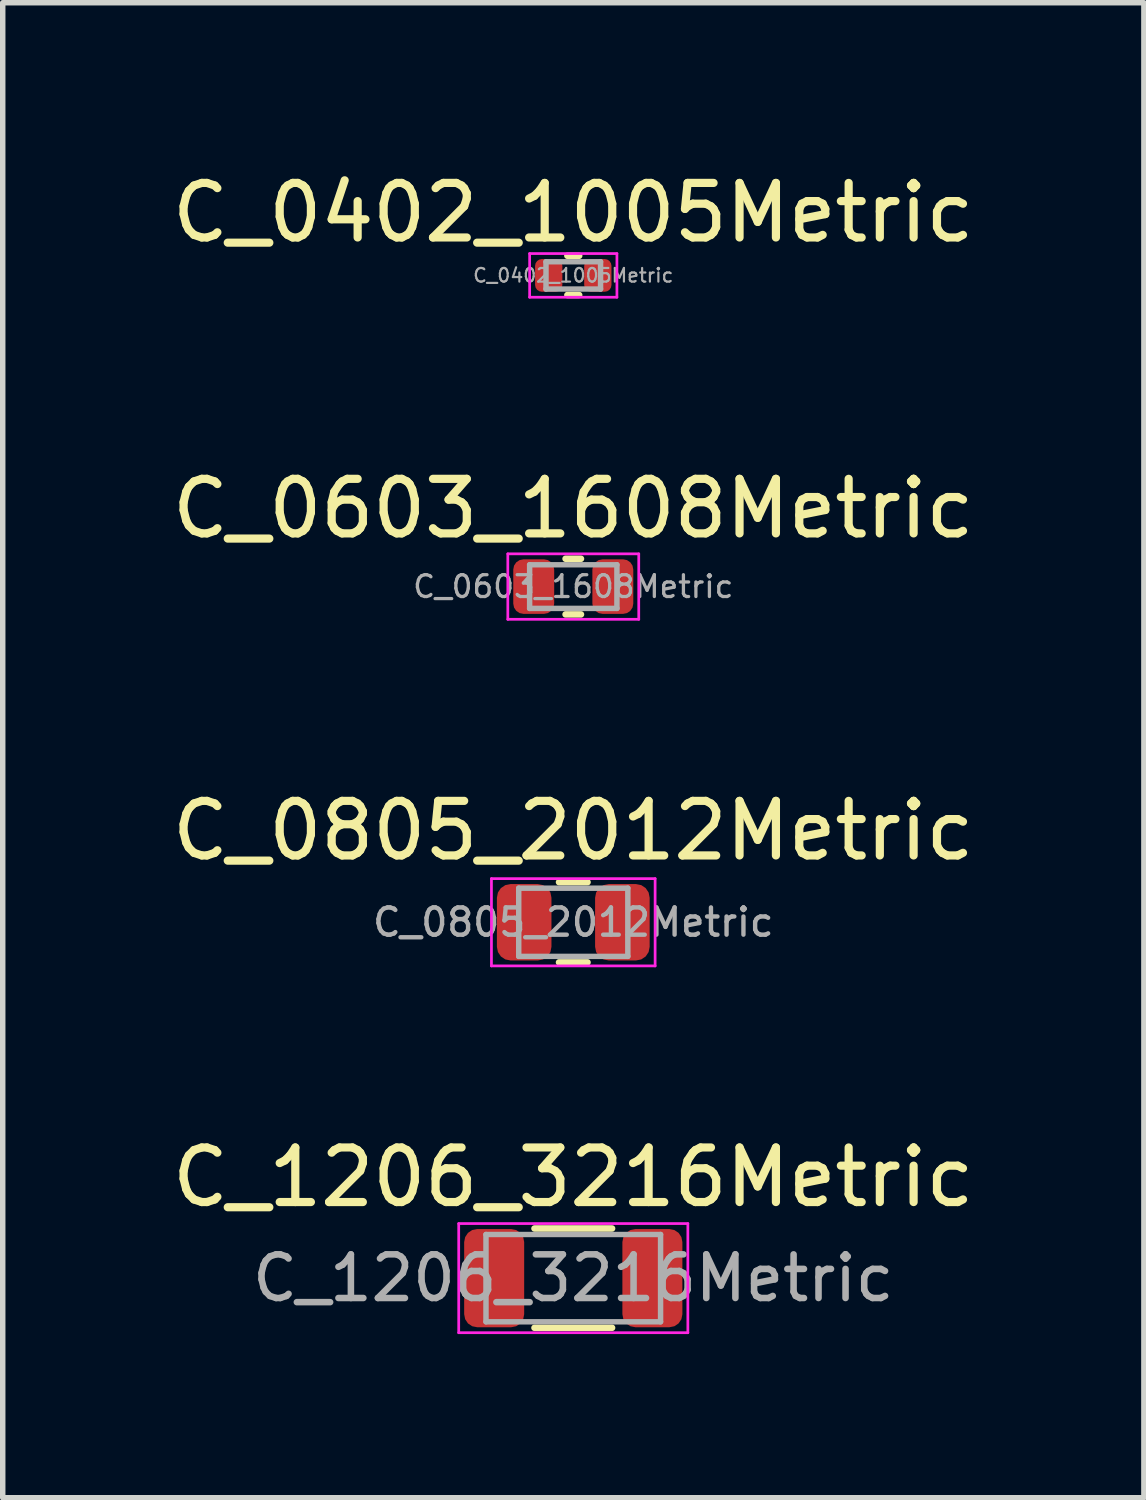
<source format=kicad_pcb>
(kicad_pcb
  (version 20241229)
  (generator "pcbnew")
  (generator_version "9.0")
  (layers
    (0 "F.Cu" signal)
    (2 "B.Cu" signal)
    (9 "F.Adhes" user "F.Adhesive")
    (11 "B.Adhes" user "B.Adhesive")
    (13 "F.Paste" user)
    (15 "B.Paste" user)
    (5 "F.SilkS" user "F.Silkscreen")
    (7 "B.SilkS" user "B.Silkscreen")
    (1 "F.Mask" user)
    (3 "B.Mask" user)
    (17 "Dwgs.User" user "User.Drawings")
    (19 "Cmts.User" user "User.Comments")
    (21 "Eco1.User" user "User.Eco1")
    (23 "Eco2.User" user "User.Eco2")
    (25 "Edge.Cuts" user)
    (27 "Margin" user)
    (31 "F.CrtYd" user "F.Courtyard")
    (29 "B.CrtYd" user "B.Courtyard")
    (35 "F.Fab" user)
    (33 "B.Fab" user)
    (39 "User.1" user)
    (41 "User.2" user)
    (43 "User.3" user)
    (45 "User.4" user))
  (footprint "C_0603_1608Metric"
    (layer "F.Cu")
    (at 7.458 7.702)
    (property "Reference" "C_0603_1608Metric" (at 0 -1.43 0) (layer "F.SilkS") (effects (font (size 1 1) (thickness 0.15))))
    (attr smd)
    (fp_line (start -0.141 -0.51) (end 0.141 -0.51) (stroke (width 0.12) (type solid)) (layer "F.SilkS"))
    (fp_line (start -0.141 0.51) (end 0.141 0.51) (stroke (width 0.12) (type solid)) (layer "F.SilkS"))
    (fp_line (start -1.2 0.6) (end -1.2 -0.6) (stroke (width 0.05) (type solid)) (layer "F.CrtYd"))
    (fp_line (start 1.2 -0.6) (end -1.2 -0.6) (stroke (width 0.05) (type default)) (layer "F.CrtYd"))
    (fp_line (start 1.2 0.6) (end -1.2 0.6) (stroke (width 0.05) (type default)) (layer "F.CrtYd"))
    (fp_line (start 1.2 0.6) (end 1.2 -0.6) (stroke (width 0.05) (type solid)) (layer "F.CrtYd"))
    (fp_line (start -0.8 -0.4) (end 0.8 -0.4) (stroke (width 0.1) (type solid)) (layer "F.Fab"))
    (fp_line (start -0.8 0.4) (end -0.8 -0.4) (stroke (width 0.1) (type solid)) (layer "F.Fab"))
    (fp_line (start 0.8 -0.4) (end 0.8 0.4) (stroke (width 0.1) (type solid)) (layer "F.Fab"))
    (fp_line (start 0.8 0.4) (end -0.8 0.4) (stroke (width 0.1) (type solid)) (layer "F.Fab"))
    (fp_text user "${REFERENCE}" (at 0 0 0) (layer "F.Fab") (effects (font (size 0.4 0.4) (thickness 0.06))))
    (pad "1" smd roundrect (at -0.725 0) (size 0.75 1) (layers "F.Cu" "F.Mask" "F.Paste") (roundrect_rratio 0.25))
    (pad "2" smd roundrect (at 0.725 0) (size 0.75 1) (layers "F.Cu" "F.Mask" "F.Paste") (roundrect_rratio 0.25)))
  (footprint "C_0402_1005Metric"
    (layer "F.Cu")
    (at 7.458 1.998)
    (property "Reference" "C_0402_1005Metric" (at 0 -1.15 0) (layer "F.SilkS") (effects (font (size 1 1) (thickness 0.15))))
    (attr smd)
    (fp_line (start -0.108 -0.36) (end 0.108 -0.36) (stroke (width 0.12) (type solid)) (layer "F.SilkS"))
    (fp_line (start -0.108 0.36) (end 0.108 0.36) (stroke (width 0.12) (type solid)) (layer "F.SilkS"))
    (fp_line (start -0.8 -0.4) (end 0.8 -0.4) (stroke (width 0.05) (type solid)) (layer "F.CrtYd"))
    (fp_line (start -0.8 0.4) (end -0.8 -0.4) (stroke (width 0.05) (type solid)) (layer "F.CrtYd"))
    (fp_line (start 0.8 0.4) (end -0.8 0.4) (stroke (width 0.05) (type solid)) (layer "F.CrtYd"))
    (fp_line (start 0.8 0.4) (end 0.8 -0.4) (stroke (width 0.05) (type solid)) (layer "F.CrtYd"))
    (fp_line (start -0.5 -0.25) (end 0.5 -0.25) (stroke (width 0.1) (type solid)) (layer "F.Fab"))
    (fp_line (start -0.5 0.25) (end -0.5 -0.25) (stroke (width 0.1) (type solid)) (layer "F.Fab"))
    (fp_line (start 0.5 -0.25) (end 0.5 0.25) (stroke (width 0.1) (type solid)) (layer "F.Fab"))
    (fp_line (start 0.5 0.25) (end -0.5 0.25) (stroke (width 0.1) (type solid)) (layer "F.Fab"))
    (fp_text user "${REFERENCE}" (at 0 0 0) (layer "F.Fab") (effects (font (size 0.25 0.25) (thickness 0.04))))
    (pad "1" smd roundrect (at -0.45 0) (size 0.5 0.6) (layers "F.Cu" "F.Mask" "F.Paste") (roundrect_rratio 0.25))
    (pad "2" smd roundrect (at 0.45 0) (size 0.5 0.6) (layers "F.Cu" "F.Mask" "F.Paste") (roundrect_rratio 0.25)))
  (footprint "C_1206_3216Metric"
    (layer "F.Cu")
    (at 7.458 20.378)
    (property "Reference" "C_1206_3216Metric" (at 0 -1.85 0) (layer "F.SilkS") (effects (font (size 1 1) (thickness 0.15))))
    (attr smd)
    (fp_line (start -0.711 -0.91) (end 0.711 -0.91) (stroke (width 0.12) (type solid)) (layer "F.SilkS"))
    (fp_line (start -0.711 0.91) (end 0.711 0.91) (stroke (width 0.12) (type solid)) (layer "F.SilkS"))
    (fp_line (start -2.1 -1) (end -2.1 1) (stroke (width 0.05) (type solid)) (layer "F.CrtYd"))
    (fp_line (start 2.1 -1) (end -2.1 -1) (stroke (width 0.05) (type solid)) (layer "F.CrtYd"))
    (fp_line (start 2.1 -1) (end 2.1 1) (stroke (width 0.05) (type solid)) (layer "F.CrtYd"))
    (fp_line (start 2.1 1) (end -2.1 1) (stroke (width 0.05) (type solid)) (layer "F.CrtYd"))
    (fp_line (start -1.6 -0.8) (end 1.6 -0.8) (stroke (width 0.1) (type solid)) (layer "F.Fab"))
    (fp_line (start -1.6 0.8) (end -1.6 -0.8) (stroke (width 0.1) (type solid)) (layer "F.Fab"))
    (fp_line (start 1.6 -0.8) (end 1.6 0.8) (stroke (width 0.1) (type solid)) (layer "F.Fab"))
    (fp_line (start 1.6 0.8) (end -1.6 0.8) (stroke (width 0.1) (type solid)) (layer "F.Fab"))
    (fp_text user "${REFERENCE}" (at 0 0 0) (layer "F.Fab") (effects (font (size 0.8 0.8) (thickness 0.12))))
    (pad "1" smd roundrect (at -1.45 0) (size 1.1 1.8) (layers "F.Cu" "F.Mask" "F.Paste") (roundrect_rratio 0.217))
    (pad "2" smd roundrect (at 1.45 0) (size 1.1 1.8) (layers "F.Cu" "F.Mask" "F.Paste") (roundrect_rratio 0.217)))
  (footprint "C_0805_2012Metric"
    (layer "F.Cu")
    (at 7.458 13.855)
    (property "Reference" "C_0805_2012Metric" (at 0 -1.68 0) (layer "F.SilkS") (effects (font (size 1 1) (thickness 0.15))))
    (attr smd)
    (fp_line (start -0.261 -0.735) (end 0.261 -0.735) (stroke (width 0.12) (type solid)) (layer "F.SilkS"))
    (fp_line (start -0.261 0.735) (end 0.261 0.735) (stroke (width 0.12) (type solid)) (layer "F.SilkS"))
    (fp_line (start -1.5 -0.8) (end -1.5 0.8) (stroke (width 0.05) (type solid)) (layer "F.CrtYd"))
    (fp_line (start -1.5 -0.8) (end 1.5 -0.8) (stroke (width 0.05) (type solid)) (layer "F.CrtYd"))
    (fp_line (start -1.5 0.8) (end 1.5 0.8) (stroke (width 0.05) (type solid)) (layer "F.CrtYd"))
    (fp_line (start 1.5 -0.8) (end 1.5 0.8) (stroke (width 0.05) (type solid)) (layer "F.CrtYd"))
    (fp_line (start -1 -0.625) (end 1 -0.625) (stroke (width 0.1) (type solid)) (layer "F.Fab"))
    (fp_line (start -1 0.625) (end -1 -0.625) (stroke (width 0.1) (type solid)) (layer "F.Fab"))
    (fp_line (start 1 -0.625) (end 1 0.625) (stroke (width 0.1) (type solid)) (layer "F.Fab"))
    (fp_line (start 1 0.625) (end -1 0.625) (stroke (width 0.1) (type solid)) (layer "F.Fab"))
    (fp_text user "${REFERENCE}" (at 0 0 0) (layer "F.Fab") (effects (font (size 0.5 0.5) (thickness 0.08))))
    (pad "1" smd roundrect (at -0.9 0) (size 1 1.4) (layers "F.Cu" "F.Mask" "F.Paste") (roundrect_rratio 0.25))
    (pad "2" smd roundrect (at 0.9 0) (size 1 1.4) (layers "F.Cu" "F.Mask" "F.Paste") (roundrect_rratio 0.25)))
  (gr_rect
    (start -3 -3)
    (end 17.917 24.403)
    (stroke (width 0.1) (type default))
    (fill no)
    (layer "Edge.Cuts")))
</source>
